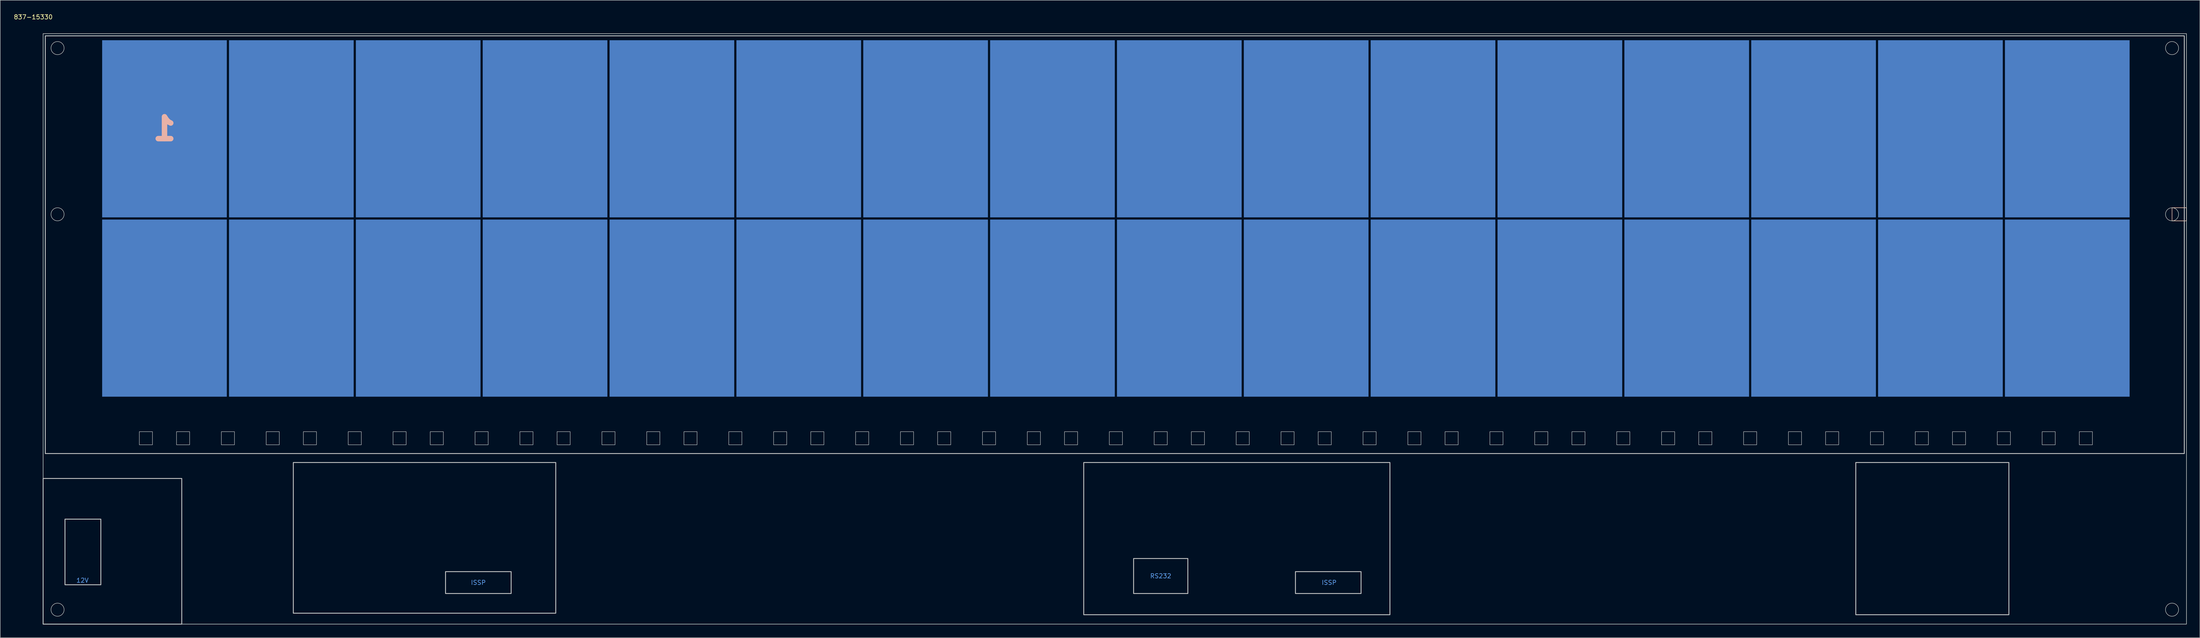
<source format=kicad_pcb>
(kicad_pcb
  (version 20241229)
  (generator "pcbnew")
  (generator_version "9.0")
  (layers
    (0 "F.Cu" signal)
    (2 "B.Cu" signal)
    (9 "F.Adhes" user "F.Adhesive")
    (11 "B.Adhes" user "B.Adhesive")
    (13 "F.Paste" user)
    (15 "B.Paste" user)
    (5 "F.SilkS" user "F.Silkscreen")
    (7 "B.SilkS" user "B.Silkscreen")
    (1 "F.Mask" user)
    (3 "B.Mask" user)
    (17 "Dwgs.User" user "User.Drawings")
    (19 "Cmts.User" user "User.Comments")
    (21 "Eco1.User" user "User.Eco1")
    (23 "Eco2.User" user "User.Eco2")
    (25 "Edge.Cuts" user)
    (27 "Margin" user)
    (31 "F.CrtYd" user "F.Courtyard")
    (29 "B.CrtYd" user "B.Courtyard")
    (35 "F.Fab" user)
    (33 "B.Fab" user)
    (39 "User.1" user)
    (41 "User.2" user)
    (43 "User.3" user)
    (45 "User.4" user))
  (footprint "837-15330"
    (layer "F.Cu")
    (at 6.805 4.648)
    (property "Reference" "837-15330" (at -2.251 -3.8 0) (unlocked yes) (layer "F.SilkS") (effects (font (size 1 1) (thickness 0.15))))
    (attr smd)
    (fp_rect (start 490 42.8) (end 486.7 39.8) (stroke (width 0.12) (type solid)) (fill no) (layer "F.SilkS"))
    (fp_rect (start 490 42.8) (end 486.7 39.8) (stroke (width 0.12) (type solid)) (fill no) (layer "B.SilkS"))
    (fp_poly (pts (xy 13.199 126) (xy 5 126) (xy 5 111) (xy 13.199 111)) (stroke (width 0.2) (type solid)) (fill no) (layer "Dwgs.User"))
    (fp_poly (pts (xy 24.999 94) (xy 21.999 94) (xy 21.999 91) (xy 24.999 91)) (stroke (width 0.1) (type solid)) (fill no) (layer "Dwgs.User"))
    (fp_poly (pts (xy 31.699 135) (xy 0 135) (xy 0 101.7) (xy 31.699 101.7)) (stroke (width 0.2) (type solid)) (fill no) (layer "Dwgs.User"))
    (fp_poly (pts (xy 33.499 94) (xy 30.499 94) (xy 30.499 91) (xy 33.499 91)) (stroke (width 0.1) (type solid)) (fill no) (layer "Dwgs.User"))
    (fp_poly (pts (xy 43.749 94) (xy 40.749 94) (xy 40.749 91) (xy 43.749 91)) (stroke (width 0.1) (type solid)) (fill no) (layer "Dwgs.User"))
    (fp_poly (pts (xy 53.999 94) (xy 50.999 94) (xy 50.999 91) (xy 53.999 91)) (stroke (width 0.1) (type solid)) (fill no) (layer "Dwgs.User"))
    (fp_poly (pts (xy 62.499 94) (xy 59.499 94) (xy 59.499 91) (xy 62.499 91)) (stroke (width 0.1) (type solid)) (fill no) (layer "Dwgs.User"))
    (fp_poly (pts (xy 72.749 94) (xy 69.749 94) (xy 69.749 91) (xy 72.749 91)) (stroke (width 0.1) (type solid)) (fill no) (layer "Dwgs.User"))
    (fp_poly (pts (xy 82.999 94) (xy 79.999 94) (xy 79.999 91) (xy 82.999 91)) (stroke (width 0.1) (type solid)) (fill no) (layer "Dwgs.User"))
    (fp_poly (pts (xy 91.499 94) (xy 88.499 94) (xy 88.499 91) (xy 91.499 91)) (stroke (width 0.1) (type solid)) (fill no) (layer "Dwgs.User"))
    (fp_poly (pts (xy 101.749 94) (xy 98.749 94) (xy 98.749 91) (xy 101.749 91)) (stroke (width 0.1) (type solid)) (fill no) (layer "Dwgs.User"))
    (fp_poly (pts (xy 106.999 128) (xy 106.999 123) (xy 91.999 123) (xy 91.999 128)) (stroke (width 0.2) (type solid)) (fill no) (layer "Dwgs.User"))
    (fp_poly (pts (xy 111.999 94) (xy 108.999 94) (xy 108.999 91) (xy 111.999 91)) (stroke (width 0.1) (type solid)) (fill no) (layer "Dwgs.User"))
    (fp_poly (pts (xy 117.199 132.5) (xy 57.199 132.5) (xy 57.199 98.05) (xy 117.199 98.05)) (stroke (width 0.2) (type solid)) (fill no) (layer "Dwgs.User"))
    (fp_poly (pts (xy 120.499 94) (xy 117.499 94) (xy 117.499 91) (xy 120.499 91)) (stroke (width 0.1) (type solid)) (fill no) (layer "Dwgs.User"))
    (fp_poly (pts (xy 130.749 94) (xy 127.749 94) (xy 127.749 91) (xy 130.749 91)) (stroke (width 0.1) (type solid)) (fill no) (layer "Dwgs.User"))
    (fp_poly (pts (xy 140.999 94) (xy 137.999 94) (xy 137.999 91) (xy 140.999 91)) (stroke (width 0.1) (type solid)) (fill no) (layer "Dwgs.User"))
    (fp_poly (pts (xy 149.499 94) (xy 146.499 94) (xy 146.499 91) (xy 149.499 91)) (stroke (width 0.1) (type solid)) (fill no) (layer "Dwgs.User"))
    (fp_poly (pts (xy 159.749 94) (xy 156.749 94) (xy 156.749 91) (xy 159.749 91)) (stroke (width 0.1) (type solid)) (fill no) (layer "Dwgs.User"))
    (fp_poly (pts (xy 169.999 94) (xy 166.999 94) (xy 166.999 91) (xy 169.999 91)) (stroke (width 0.1) (type solid)) (fill no) (layer "Dwgs.User"))
    (fp_poly (pts (xy 178.499 94) (xy 175.499 94) (xy 175.499 91) (xy 178.499 91)) (stroke (width 0.1) (type solid)) (fill no) (layer "Dwgs.User"))
    (fp_poly (pts (xy 188.749 94) (xy 185.749 94) (xy 185.749 91) (xy 188.749 91)) (stroke (width 0.1) (type solid)) (fill no) (layer "Dwgs.User"))
    (fp_poly (pts (xy 198.999 94) (xy 195.999 94) (xy 195.999 91) (xy 198.999 91)) (stroke (width 0.1) (type solid)) (fill no) (layer "Dwgs.User"))
    (fp_poly (pts (xy 207.499 94) (xy 204.499 94) (xy 204.499 91) (xy 207.499 91)) (stroke (width 0.1) (type solid)) (fill no) (layer "Dwgs.User"))
    (fp_poly (pts (xy 217.749 94) (xy 214.749 94) (xy 214.749 91) (xy 217.749 91)) (stroke (width 0.1) (type solid)) (fill no) (layer "Dwgs.User"))
    (fp_poly (pts (xy 227.999 94) (xy 224.999 94) (xy 224.999 91) (xy 227.999 91)) (stroke (width 0.1) (type solid)) (fill no) (layer "Dwgs.User"))
    (fp_poly (pts (xy 236.499 94) (xy 233.499 94) (xy 233.499 91) (xy 236.499 91)) (stroke (width 0.1) (type solid)) (fill no) (layer "Dwgs.User"))
    (fp_poly (pts (xy 246.749 94) (xy 243.749 94) (xy 243.749 91) (xy 246.749 91)) (stroke (width 0.1) (type solid)) (fill no) (layer "Dwgs.User"))
    (fp_poly (pts (xy 256.999 94) (xy 253.999 94) (xy 253.999 91) (xy 256.999 91)) (stroke (width 0.1) (type solid)) (fill no) (layer "Dwgs.User"))
    (fp_poly (pts (xy 261.699 128) (xy 261.699 120) (xy 249.299 120) (xy 249.299 128)) (stroke (width 0.2) (type solid)) (fill no) (layer "Dwgs.User"))
    (fp_poly (pts (xy 265.499 94) (xy 262.499 94) (xy 262.499 91) (xy 265.499 91)) (stroke (width 0.1) (type solid)) (fill no) (layer "Dwgs.User"))
    (fp_poly (pts (xy 275.749 94) (xy 272.749 94) (xy 272.749 91) (xy 275.749 91)) (stroke (width 0.1) (type solid)) (fill no) (layer "Dwgs.User"))
    (fp_poly (pts (xy 285.999 94) (xy 282.999 94) (xy 282.999 91) (xy 285.999 91)) (stroke (width 0.1) (type solid)) (fill no) (layer "Dwgs.User"))
    (fp_poly (pts (xy 294.499 94) (xy 291.499 94) (xy 291.499 91) (xy 294.499 91)) (stroke (width 0.1) (type solid)) (fill no) (layer "Dwgs.User"))
    (fp_poly (pts (xy 301.299 128) (xy 301.299 123) (xy 286.299 123) (xy 286.299 128)) (stroke (width 0.2) (type solid)) (fill no) (layer "Dwgs.User"))
    (fp_poly (pts (xy 304.749 94) (xy 301.749 94) (xy 301.749 91) (xy 304.749 91)) (stroke (width 0.1) (type solid)) (fill no) (layer "Dwgs.User"))
    (fp_poly (pts (xy 307.899 132.85) (xy 237.899 132.85) (xy 237.899 98.05) (xy 307.899 98.05)) (stroke (width 0.2) (type solid)) (fill no) (layer "Dwgs.User"))
    (fp_poly (pts (xy 314.999 94) (xy 311.999 94) (xy 311.999 91) (xy 314.999 91)) (stroke (width 0.1) (type solid)) (fill no) (layer "Dwgs.User"))
    (fp_poly (pts (xy 323.499 94) (xy 320.499 94) (xy 320.499 91) (xy 323.499 91)) (stroke (width 0.1) (type solid)) (fill no) (layer "Dwgs.User"))
    (fp_poly (pts (xy 333.749 94) (xy 330.749 94) (xy 330.749 91) (xy 333.749 91)) (stroke (width 0.1) (type solid)) (fill no) (layer "Dwgs.User"))
    (fp_poly (pts (xy 343.999 94) (xy 340.999 94) (xy 340.999 91) (xy 343.999 91)) (stroke (width 0.1) (type solid)) (fill no) (layer "Dwgs.User"))
    (fp_poly (pts (xy 352.499 94) (xy 349.499 94) (xy 349.499 91) (xy 352.499 91)) (stroke (width 0.1) (type solid)) (fill no) (layer "Dwgs.User"))
    (fp_poly (pts (xy 362.749 94) (xy 359.749 94) (xy 359.749 91) (xy 362.749 91)) (stroke (width 0.1) (type solid)) (fill no) (layer "Dwgs.User"))
    (fp_poly (pts (xy 372.999 94) (xy 369.999 94) (xy 369.999 91) (xy 372.999 91)) (stroke (width 0.1) (type solid)) (fill no) (layer "Dwgs.User"))
    (fp_poly (pts (xy 381.499 94) (xy 378.499 94) (xy 378.499 91) (xy 381.499 91)) (stroke (width 0.1) (type solid)) (fill no) (layer "Dwgs.User"))
    (fp_poly (pts (xy 391.749 94) (xy 388.749 94) (xy 388.749 91) (xy 391.749 91)) (stroke (width 0.1) (type solid)) (fill no) (layer "Dwgs.User"))
    (fp_poly (pts (xy 401.999 94) (xy 398.999 94) (xy 398.999 91) (xy 401.999 91)) (stroke (width 0.1) (type solid)) (fill no) (layer "Dwgs.User"))
    (fp_poly (pts (xy 410.499 94) (xy 407.499 94) (xy 407.499 91) (xy 410.499 91)) (stroke (width 0.1) (type solid)) (fill no) (layer "Dwgs.User"))
    (fp_poly (pts (xy 420.749 94) (xy 417.749 94) (xy 417.749 91) (xy 420.749 91)) (stroke (width 0.1) (type solid)) (fill no) (layer "Dwgs.User"))
    (fp_poly (pts (xy 430.999 94) (xy 427.999 94) (xy 427.999 91) (xy 430.999 91)) (stroke (width 0.1) (type solid)) (fill no) (layer "Dwgs.User"))
    (fp_poly (pts (xy 439.499 94) (xy 436.499 94) (xy 436.499 91) (xy 439.499 91)) (stroke (width 0.1) (type solid)) (fill no) (layer "Dwgs.User"))
    (fp_poly (pts (xy 449.399 132.85) (xy 414.399 132.85) (xy 414.399 98.05) (xy 449.399 98.05)) (stroke (width 0.2) (type solid)) (fill no) (layer "Dwgs.User"))
    (fp_poly (pts (xy 449.749 94) (xy 446.749 94) (xy 446.749 91) (xy 449.749 91)) (stroke (width 0.1) (type solid)) (fill no) (layer "Dwgs.User"))
    (fp_poly (pts (xy 459.999 94) (xy 456.999 94) (xy 456.999 91) (xy 459.999 91)) (stroke (width 0.1) (type solid)) (fill no) (layer "Dwgs.User"))
    (fp_poly (pts (xy 468.499 94) (xy 465.499 94) (xy 465.499 91) (xy 468.499 91)) (stroke (width 0.1) (type solid)) (fill no) (layer "Dwgs.User"))
    (fp_poly (pts (xy 489.499 96) (xy 0.5 96) (xy 0.5 0.5) (xy 489.499 0.5)) (stroke (width 0.2) (type solid)) (fill no) (layer "Dwgs.User"))
    (fp_rect (start 0 0) (end 490 135) (stroke (width 0.12) (type solid)) (fill no) (layer "Edge.Cuts"))
    (fp_poly (pts (xy 3.3 130.2) (xy 3.009 130.228) (xy 2.737 130.309) (xy 2.49 130.437) (xy 2.207 130.672) (xy 2.037 130.89) (xy 1.908 131.138) (xy 1.828 131.409) (xy 1.8 131.7) (xy 1.828 131.99) (xy 1.908 132.262) (xy 2.037 132.51) (xy 2.207 132.727) (xy 2.49 132.963) (xy 2.737 133.091) (xy 3.009 133.172) (xy 3.3 133.2) (xy 3.59 133.172) (xy 3.862 133.091) (xy 4.109 132.963) (xy 4.327 132.793) (xy 4.562 132.51) (xy 4.691 132.262) (xy 4.771 131.99) (xy 4.8 131.7) (xy 4.771 131.409) (xy 4.691 131.138) (xy 4.562 130.89) (xy 4.392 130.672) (xy 4.109 130.437) (xy 3.862 130.309) (xy 3.59 130.228)) (stroke (width 0.1) (type solid)) (fill no) (layer "Edge.Cuts"))
    (fp_poly (pts (xy 4.8 3.3) (xy 4.771 3.01) (xy 4.691 2.738) (xy 4.562 2.49) (xy 4.327 2.207) (xy 4.109 2.037) (xy 3.862 1.909) (xy 3.59 1.828) (xy 3.3 1.8) (xy 3.009 1.828) (xy 2.737 1.909) (xy 2.49 2.037) (xy 2.272 2.207) (xy 2.037 2.49) (xy 1.908 2.738) (xy 1.828 3.01) (xy 1.8 3.3) (xy 1.828 3.591) (xy 1.908 3.862) (xy 2.037 4.11) (xy 2.207 4.328) (xy 2.49 4.563) (xy 2.737 4.691) (xy 3.009 4.772) (xy 3.3 4.8) (xy 3.59 4.772) (xy 3.862 4.691) (xy 4.109 4.563) (xy 4.327 4.393) (xy 4.562 4.11) (xy 4.691 3.862) (xy 4.771 3.591)) (stroke (width 0.1) (type solid)) (fill no) (layer "Edge.Cuts"))
    (fp_poly (pts (xy 4.8 41.297) (xy 4.771 41.007) (xy 4.691 40.735) (xy 4.562 40.487) (xy 4.327 40.204) (xy 4.109 40.034) (xy 3.862 39.906) (xy 3.59 39.825) (xy 3.3 39.797) (xy 3.009 39.825) (xy 2.737 39.906) (xy 2.49 40.034) (xy 2.272 40.204) (xy 2.037 40.487) (xy 1.908 40.735) (xy 1.828 41.007) (xy 1.8 41.297) (xy 1.828 41.588) (xy 1.908 41.859) (xy 2.037 42.107) (xy 2.207 42.325) (xy 2.49 42.56) (xy 2.737 42.688) (xy 3.009 42.769) (xy 3.3 42.797) (xy 3.59 42.769) (xy 3.862 42.688) (xy 4.109 42.56) (xy 4.327 42.39) (xy 4.562 42.107) (xy 4.691 41.859) (xy 4.771 41.588)) (stroke (width 0.1) (type solid)) (fill no) (layer "Edge.Cuts"))
    (fp_poly (pts (xy 485.199 131.7) (xy 485.227 131.99) (xy 485.307 132.262) (xy 485.436 132.51) (xy 485.671 132.793) (xy 485.889 132.963) (xy 486.136 133.091) (xy 486.408 133.172) (xy 486.699 133.2) (xy 486.989 133.172) (xy 487.261 133.091) (xy 487.508 132.963) (xy 487.726 132.793) (xy 487.961 132.51) (xy 488.09 132.262) (xy 488.17 131.99) (xy 488.199 131.7) (xy 488.17 131.409) (xy 488.09 131.138) (xy 487.961 130.89) (xy 487.791 130.672) (xy 487.508 130.437) (xy 487.261 130.309) (xy 486.989 130.228) (xy 486.699 130.2) (xy 486.408 130.228) (xy 486.136 130.309) (xy 485.889 130.437) (xy 485.671 130.607) (xy 485.436 130.89) (xy 485.307 131.138) (xy 485.227 131.409)) (stroke (width 0.1) (type solid)) (fill no) (layer "Edge.Cuts"))
    (fp_poly (pts (xy 486.699 4.8) (xy 486.989 4.772) (xy 487.261 4.691) (xy 487.508 4.563) (xy 487.791 4.328) (xy 487.961 4.11) (xy 488.09 3.862) (xy 488.17 3.591) (xy 488.199 3.3) (xy 488.17 3.01) (xy 488.09 2.738) (xy 487.961 2.49) (xy 487.726 2.207) (xy 487.508 2.037) (xy 487.261 1.909) (xy 486.989 1.828) (xy 486.699 1.8) (xy 486.408 1.828) (xy 486.136 1.909) (xy 485.889 2.037) (xy 485.671 2.207) (xy 485.436 2.49) (xy 485.307 2.738) (xy 485.227 3.01) (xy 485.199 3.3) (xy 485.227 3.591) (xy 485.307 3.862) (xy 485.436 4.11) (xy 485.671 4.393) (xy 485.889 4.563) (xy 486.136 4.691) (xy 486.408 4.772)) (stroke (width 0.1) (type solid)) (fill no) (layer "Edge.Cuts"))
    (fp_poly (pts (xy 486.7 42.8) (xy 486.99 42.772) (xy 487.262 42.691) (xy 487.509 42.563) (xy 487.792 42.328) (xy 487.962 42.11) (xy 488.091 41.862) (xy 488.171 41.591) (xy 488.2 41.3) (xy 488.171 41.01) (xy 488.091 40.738) (xy 487.962 40.49) (xy 487.727 40.207) (xy 487.509 40.037) (xy 487.262 39.909) (xy 486.99 39.828) (xy 486.7 39.8) (xy 486.409 39.828) (xy 486.137 39.909) (xy 485.89 40.037) (xy 485.672 40.207) (xy 485.437 40.49) (xy 485.308 40.738) (xy 485.228 41.01) (xy 485.2 41.3) (xy 485.228 41.591) (xy 485.308 41.862) (xy 485.437 42.11) (xy 485.672 42.393) (xy 485.89 42.563) (xy 486.137 42.691) (xy 486.409 42.772)) (stroke (width 0.1) (type solid)) (fill no) (layer "Edge.Cuts"))
    (fp_text user "1" (at 27.749 21.75 0) (unlocked yes) (layer "B.SilkS") (effects (font (size 5 5) (thickness 1.25)) (justify mirror)))
    (fp_text user "12V" (at 9 125 0) (unlocked yes) (layer "Cmts.User") (effects (font (size 1 1) (thickness 0.15))))
    (fp_text user "ISSP" (at 99.5 125.5 0) (unlocked yes) (layer "Cmts.User") (effects (font (size 1 1) (thickness 0.15))))
    (fp_text user "ISSP" (at 294 125.5 0) (unlocked yes) (layer "Cmts.User") (effects (font (size 1 1) (thickness 0.15))))
    (fp_text user "RS232" (at 255.5 124 0) (unlocked yes) (layer "Cmts.User") (effects (font (size 1 1) (thickness 0.15))))
    (pad "1" smd rect (at 27.749 21.75) (size 28.5 40.5) (layers "B.Cu"))
    (pad "2" smd rect (at 27.749 62.75) (size 28.5 40.5) (layers "B.Cu"))
    (pad "3" smd rect (at 56.749 21.75) (size 28.5 40.5) (layers "B.Cu"))
    (pad "4" smd rect (at 56.749 62.75) (size 28.5 40.5) (layers "B.Cu"))
    (pad "5" smd rect (at 85.749 21.75) (size 28.5 40.5) (layers "B.Cu"))
    (pad "6" smd rect (at 85.749 62.75) (size 28.5 40.5) (layers "B.Cu"))
    (pad "7" smd rect (at 114.749 21.75) (size 28.5 40.5) (layers "B.Cu"))
    (pad "8" smd rect (at 114.749 62.75) (size 28.5 40.5) (layers "B.Cu"))
    (pad "9" smd rect (at 143.749 21.75) (size 28.5 40.5) (layers "B.Cu"))
    (pad "10" smd rect (at 143.749 62.75) (size 28.5 40.5) (layers "B.Cu"))
    (pad "11" smd rect (at 172.749 21.75) (size 28.5 40.5) (layers "B.Cu"))
    (pad "12" smd rect (at 172.749 62.75) (size 28.5 40.5) (layers "B.Cu"))
    (pad "13" smd rect (at 201.749 21.75) (size 28.5 40.5) (layers "B.Cu"))
    (pad "14" smd rect (at 201.749 62.75) (size 28.5 40.5) (layers "B.Cu"))
    (pad "15" smd rect (at 230.749 21.75) (size 28.5 40.5) (layers "B.Cu"))
    (pad "16" smd rect (at 230.749 62.75) (size 28.5 40.5) (layers "B.Cu"))
    (pad "17" smd rect (at 259.749 21.75) (size 28.5 40.5) (layers "B.Cu"))
    (pad "18" smd rect (at 259.749 62.75) (size 28.5 40.5) (layers "B.Cu"))
    (pad "19" smd rect (at 288.749 21.75) (size 28.5 40.5) (layers "B.Cu"))
    (pad "20" smd rect (at 288.749 62.75) (size 28.5 40.5) (layers "B.Cu"))
    (pad "21" smd rect (at 317.749 21.75) (size 28.5 40.5) (layers "B.Cu"))
    (pad "22" smd rect (at 317.749 62.75) (size 28.5 40.5) (layers "B.Cu"))
    (pad "23" smd rect (at 346.749 21.75) (size 28.5 40.5) (layers "B.Cu"))
    (pad "24" smd rect (at 346.749 62.75) (size 28.5 40.5) (layers "B.Cu"))
    (pad "25" smd rect (at 375.749 21.75) (size 28.5 40.5) (layers "B.Cu"))
    (pad "26" smd rect (at 375.749 62.75) (size 28.5 40.5) (layers "B.Cu"))
    (pad "27" smd rect (at 404.749 21.75) (size 28.5 40.5) (layers "B.Cu"))
    (pad "28" smd rect (at 404.749 62.75) (size 28.5 40.5) (layers "B.Cu"))
    (pad "29" smd rect (at 433.749 21.75) (size 28.5 40.5) (layers "B.Cu"))
    (pad "30" smd rect (at 433.749 62.75) (size 28.5 40.5) (layers "B.Cu"))
    (pad "31" smd rect (at 462.749 21.75) (size 28.5 40.5) (layers "B.Cu"))
    (pad "32" smd rect (at 462.749 62.75) (size 28.5 40.5) (layers "B.Cu")))
  (gr_rect
    (start -3 -3)
    (end 499.865 142.748)
    (stroke (width 0.1) (type default))
    (fill no)
    (layer "Edge.Cuts")))
</source>
